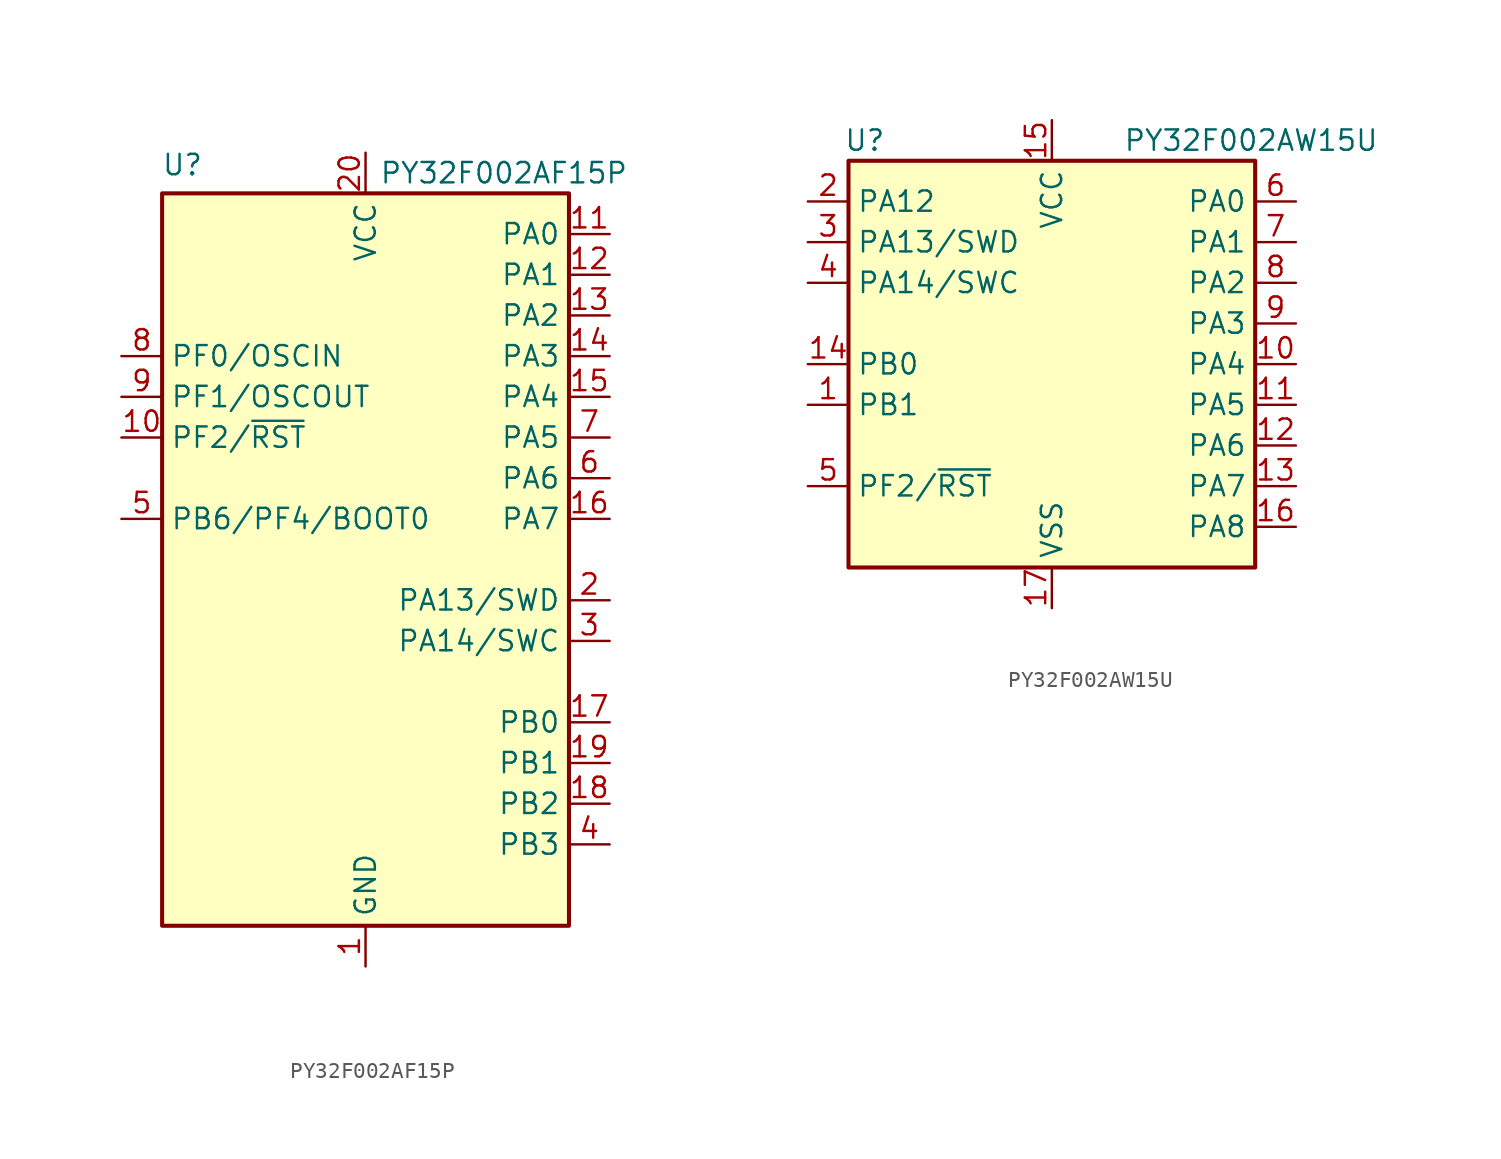
<source format=kicad_sym>
(kicad_symbol_lib
  (version 20241209)
  (generator "kicad_symbol_editor")
  (generator_version "9.0")
  (symbol "PY32F002AF15P"
    (property "Reference" "U"
      (at -11.43 24.638 0)
      (effects (font (size 1.27 1.27))))
    (property "Value" "PY32F002AF15P"
      (at 8.636 24.13 0)
      (effects (font (size 1.27 1.27))))
    (symbol "PY32F002AF15P_1_1"
      (rectangle (start -12.7 22.86) (end 12.7 -22.86) (stroke (width 0.254) (type default)) (fill (type background)))
      (pin bidirectional line (at -15.24 12.7 0) (length 2.54) (name "PF0/OSCIN" (effects (font (size 1.27 1.27)))) (number "8" (effects (font (size 1.27 1.27)))))
      (pin bidirectional line (at -15.24 10.16 0) (length 2.54) (name "PF1/OSCOUT" (effects (font (size 1.27 1.27)))) (number "9" (effects (font (size 1.27 1.27)))))
      (pin bidirectional line (at -15.24 7.62 0) (length 2.54) (name "PF2/~{RST}" (effects (font (size 1.27 1.27)))) (number "10" (effects (font (size 1.27 1.27)))))
      (pin bidirectional line (at -15.24 2.54 0) (length 2.54) (name "PB6/PF4/BOOT0" (effects (font (size 1.27 1.27)))) (number "5" (effects (font (size 1.27 1.27)))))
      (pin power_in line (at 0 25.4 270) (length 2.54) (name "VCC" (effects (font (size 1.27 1.27)))) (number "20" (effects (font (size 1.27 1.27)))))
      (pin power_in line (at 0 -25.4 90) (length 2.54) (name "GND" (effects (font (size 1.27 1.27)))) (number "1" (effects (font (size 1.27 1.27)))))
      (pin bidirectional line (at 15.24 20.32 180) (length 2.54) (name "PA0" (effects (font (size 1.27 1.27)))) (number "11" (effects (font (size 1.27 1.27)))))
      (pin bidirectional line (at 15.24 17.78 180) (length 2.54) (name "PA1" (effects (font (size 1.27 1.27)))) (number "12" (effects (font (size 1.27 1.27)))))
      (pin bidirectional line (at 15.24 15.24 180) (length 2.54) (name "PA2" (effects (font (size 1.27 1.27)))) (number "13" (effects (font (size 1.27 1.27)))))
      (pin bidirectional line (at 15.24 12.7 180) (length 2.54) (name "PA3" (effects (font (size 1.27 1.27)))) (number "14" (effects (font (size 1.27 1.27)))))
      (pin bidirectional line (at 15.24 10.16 180) (length 2.54) (name "PA4" (effects (font (size 1.27 1.27)))) (number "15" (effects (font (size 1.27 1.27)))))
      (pin bidirectional line (at 15.24 7.62 180) (length 2.54) (name "PA5" (effects (font (size 1.27 1.27)))) (number "7" (effects (font (size 1.27 1.27)))))
      (pin bidirectional line (at 15.24 5.08 180) (length 2.54) (name "PA6" (effects (font (size 1.27 1.27)))) (number "6" (effects (font (size 1.27 1.27)))))
      (pin bidirectional line (at 15.24 2.54 180) (length 2.54) (name "PA7" (effects (font (size 1.27 1.27)))) (number "16" (effects (font (size 1.27 1.27)))))
      (pin bidirectional line (at 15.24 -2.54 180) (length 2.54) (name "PA13/SWD" (effects (font (size 1.27 1.27)))) (number "2" (effects (font (size 1.27 1.27)))))
      (pin bidirectional line (at 15.24 -5.08 180) (length 2.54) (name "PA14/SWC" (effects (font (size 1.27 1.27)))) (number "3" (effects (font (size 1.27 1.27)))))
      (pin bidirectional line (at 15.24 -10.16 180) (length 2.54) (name "PB0" (effects (font (size 1.27 1.27)))) (number "17" (effects (font (size 1.27 1.27)))))
      (pin bidirectional line (at 15.24 -12.7 180) (length 2.54) (name "PB1" (effects (font (size 1.27 1.27)))) (number "19" (effects (font (size 1.27 1.27)))))
      (pin bidirectional line (at 15.24 -15.24 180) (length 2.54) (name "PB2" (effects (font (size 1.27 1.27)))) (number "18" (effects (font (size 1.27 1.27)))))
      (pin bidirectional line (at 15.24 -17.78 180) (length 2.54) (name "PB3" (effects (font (size 1.27 1.27)))) (number "4" (effects (font (size 1.27 1.27)))))))
  (symbol "PY32F002AW15U"
    (property "Reference" "U"
      (at -11.684 13.97 0)
      (effects (font (size 1.27 1.27))))
    (property "Value" "PY32F002AW15U"
      (at 12.446 13.97 0)
      (effects (font (size 1.27 1.27))))
    (symbol "PY32F002AW15U_1_1"
      (rectangle (start -12.7 12.7) (end 12.7 -12.7) (stroke (width 0.254) (type default)) (fill (type background)))
      (pin bidirectional line (at -15.24 10.16 0) (length 2.54) (name "PA12" (effects (font (size 1.27 1.27)))) (number "2" (effects (font (size 1.27 1.27)))))
      (pin bidirectional line (at -15.24 7.62 0) (length 2.54) (name "PA13/SWD" (effects (font (size 1.27 1.27)))) (number "3" (effects (font (size 1.27 1.27)))))
      (pin bidirectional line (at -15.24 5.08 0) (length 2.54) (name "PA14/SWC" (effects (font (size 1.27 1.27)))) (number "4" (effects (font (size 1.27 1.27)))))
      (pin bidirectional line (at -15.24 0 0) (length 2.54) (name "PB0" (effects (font (size 1.27 1.27)))) (number "14" (effects (font (size 1.27 1.27)))))
      (pin bidirectional line (at -15.24 -2.54 0) (length 2.54) (name "PB1" (effects (font (size 1.27 1.27)))) (number "1" (effects (font (size 1.27 1.27)))))
      (pin bidirectional line (at -15.24 -7.62 0) (length 2.54) (name "PF2/~{RST}" (effects (font (size 1.27 1.27)))) (number "5" (effects (font (size 1.27 1.27)))))
      (pin power_in line (at 0 15.24 270) (length 2.54) (name "VCC" (effects (font (size 1.27 1.27)))) (number "15" (effects (font (size 1.27 1.27)))))
      (pin power_in line (at 0 -15.24 90) (length 2.54) (name "VSS" (effects (font (size 1.27 1.27)))) (number "17" (effects (font (size 1.27 1.27)))))
      (pin bidirectional line (at 15.24 10.16 180) (length 2.54) (name "PA0" (effects (font (size 1.27 1.27)))) (number "6" (effects (font (size 1.27 1.27)))))
      (pin bidirectional line (at 15.24 7.62 180) (length 2.54) (name "PA1" (effects (font (size 1.27 1.27)))) (number "7" (effects (font (size 1.27 1.27)))))
      (pin bidirectional line (at 15.24 5.08 180) (length 2.54) (name "PA2" (effects (font (size 1.27 1.27)))) (number "8" (effects (font (size 1.27 1.27)))))
      (pin bidirectional line (at 15.24 2.54 180) (length 2.54) (name "PA3" (effects (font (size 1.27 1.27)))) (number "9" (effects (font (size 1.27 1.27)))))
      (pin bidirectional line (at 15.24 0 180) (length 2.54) (name "PA4" (effects (font (size 1.27 1.27)))) (number "10" (effects (font (size 1.27 1.27)))))
      (pin bidirectional line (at 15.24 -2.54 180) (length 2.54) (name "PA5" (effects (font (size 1.27 1.27)))) (number "11" (effects (font (size 1.27 1.27)))))
      (pin bidirectional line (at 15.24 -5.08 180) (length 2.54) (name "PA6" (effects (font (size 1.27 1.27)))) (number "12" (effects (font (size 1.27 1.27)))))
      (pin bidirectional line (at 15.24 -7.62 180) (length 2.54) (name "PA7" (effects (font (size 1.27 1.27)))) (number "13" (effects (font (size 1.27 1.27)))))
      (pin bidirectional line (at 15.24 -10.16 180) (length 2.54) (name "PA8" (effects (font (size 1.27 1.27)))) (number "16" (effects (font (size 1.27 1.27))))))))
</source>
